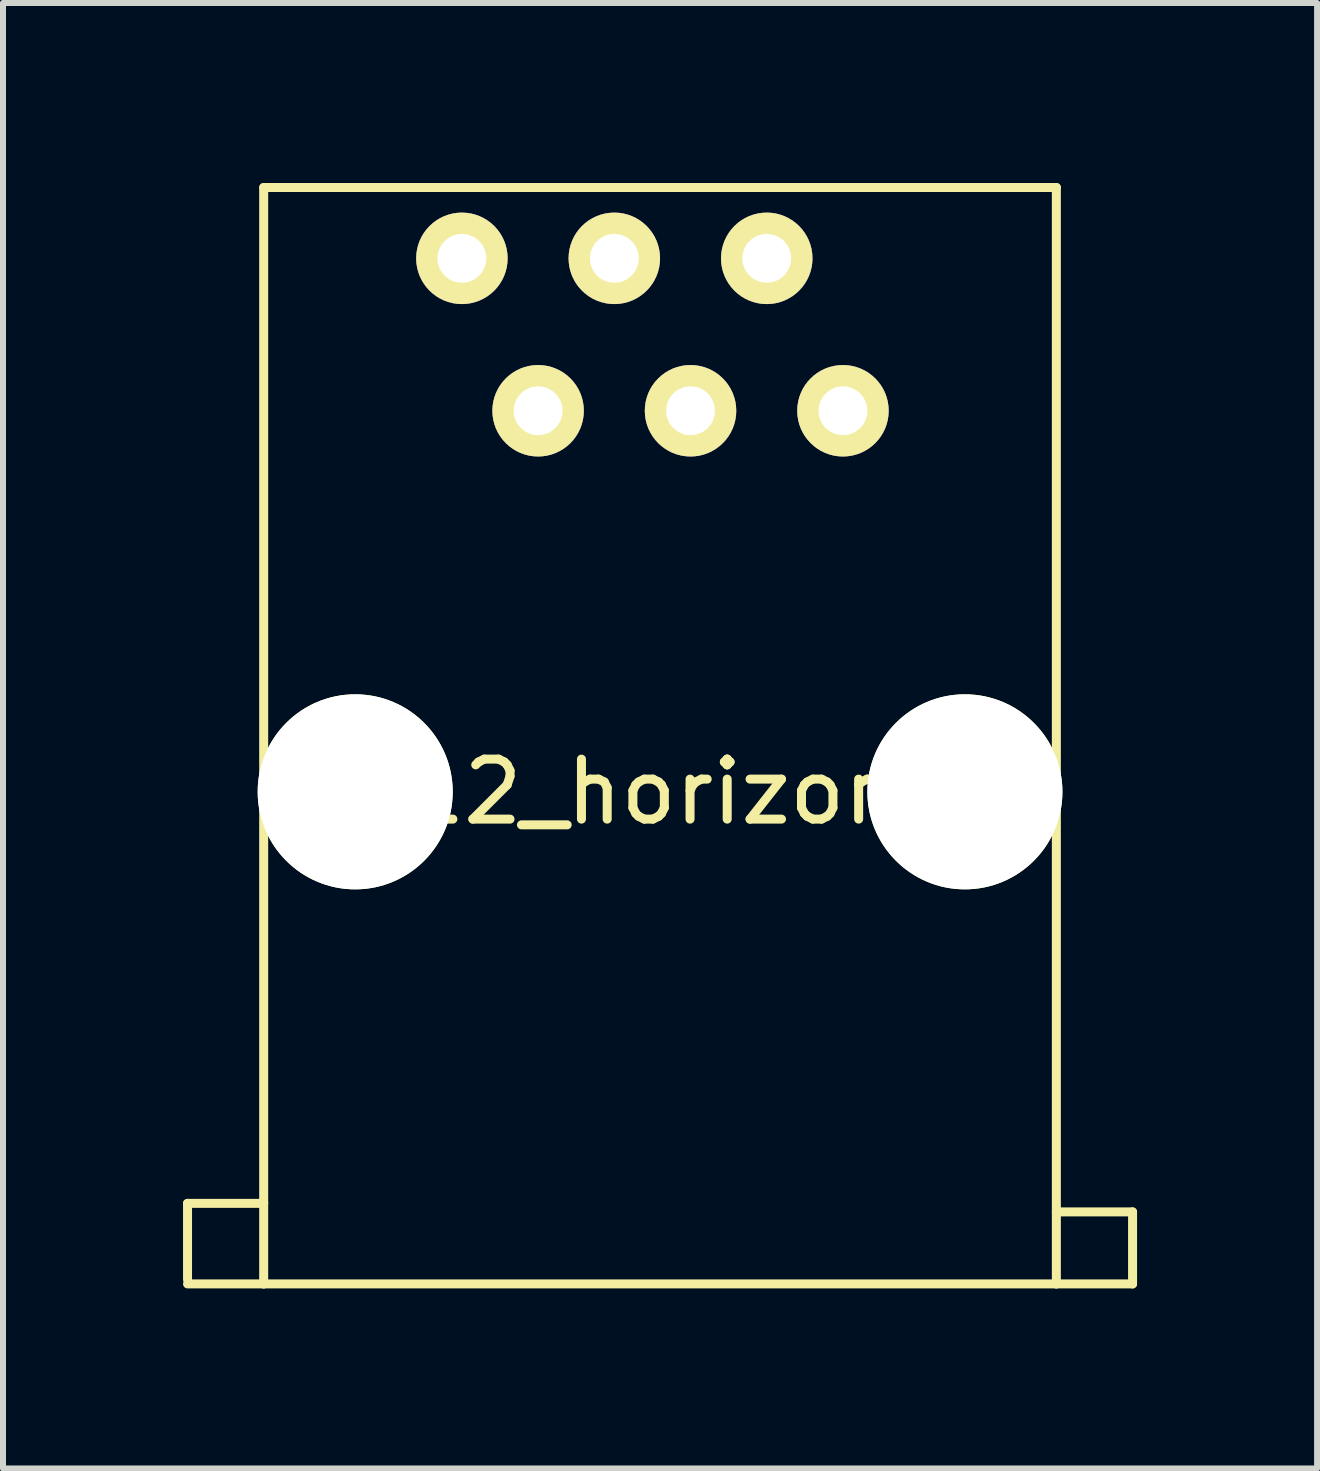
<source format=kicad_pcb>
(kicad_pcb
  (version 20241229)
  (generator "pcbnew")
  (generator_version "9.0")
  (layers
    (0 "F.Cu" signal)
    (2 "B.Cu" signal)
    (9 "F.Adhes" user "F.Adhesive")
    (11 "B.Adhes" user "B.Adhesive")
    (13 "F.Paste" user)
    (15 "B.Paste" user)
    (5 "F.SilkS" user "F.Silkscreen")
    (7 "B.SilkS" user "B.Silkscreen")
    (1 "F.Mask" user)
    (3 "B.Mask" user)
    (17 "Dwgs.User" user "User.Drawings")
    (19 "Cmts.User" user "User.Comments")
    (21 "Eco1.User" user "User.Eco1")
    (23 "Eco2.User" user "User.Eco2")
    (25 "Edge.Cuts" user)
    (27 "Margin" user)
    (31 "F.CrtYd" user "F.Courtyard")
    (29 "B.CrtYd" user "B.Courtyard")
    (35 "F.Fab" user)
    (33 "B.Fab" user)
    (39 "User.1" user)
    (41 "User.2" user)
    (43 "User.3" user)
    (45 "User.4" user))
  (footprint "RJ12_horizontal"
    (layer "F.Cu")
    (at 7.949 10.145)
    (property "Reference" "RJ12_horizontal" (at 0 0 0) (layer "F.SilkS") (effects (font (size 1 1) (thickness 0.15))))
    (attr through_hole)
    (fp_line (start -7.874 6.858) (end -6.604 6.858) (stroke (width 0.15) (type solid)) (layer "F.SilkS"))
    (fp_line (start -7.874 8.128) (end -7.874 6.858) (stroke (width 0.15) (type solid)) (layer "F.SilkS"))
    (fp_line (start -6.605 -10.07) (end -6.605 8.2) (stroke (width 0.15) (type solid)) (layer "F.SilkS"))
    (fp_line (start -6.605 -10.07) (end 6.605 -10.07) (stroke (width 0.15) (type solid)) (layer "F.SilkS"))
    (fp_line (start -6.605 8.2) (end 6.604 8.2) (stroke (width 0.15) (type solid)) (layer "F.SilkS"))
    (fp_line (start -6.604 8.2) (end -7.874 8.2) (stroke (width 0.15) (type solid)) (layer "F.SilkS"))
    (fp_line (start 6.604 -10.07) (end 6.604 8.2) (stroke (width 0.15) (type solid)) (layer "F.SilkS"))
    (fp_line (start 6.604 8.2) (end 7.874 8.2) (stroke (width 0.15) (type solid)) (layer "F.SilkS"))
    (fp_line (start 7.874 7) (end 6.604 7) (stroke (width 0.15) (type solid)) (layer "F.SilkS"))
    (fp_line (start 7.874 8.2) (end 7.874 7) (stroke (width 0.15) (type solid)) (layer "F.SilkS"))
    (pad "" np_thru_hole circle (at -5.08 0) (size 3.25 3.25) (drill 3.25) (layers "*.Cu" "*.Mask" "F.SilkS"))
    (pad "" np_thru_hole circle (at 5.08 0) (size 3.25 3.25) (drill 3.25) (layers "*.Cu" "*.Mask" "F.SilkS"))
    (pad "1" thru_hole circle (at -3.302 -8.89) (size 1.524 1.524) (drill 0.813) (layers "*.Cu" "*.Mask" "F.SilkS"))
    (pad "2" thru_hole circle (at -2.032 -6.35) (size 1.524 1.524) (drill 0.813) (layers "*.Cu" "*.Mask" "F.SilkS"))
    (pad "3" thru_hole circle (at -0.762 -8.89) (size 1.524 1.524) (drill 0.813) (layers "*.Cu" "*.Mask" "F.SilkS"))
    (pad "4" thru_hole circle (at 0.508 -6.35) (size 1.524 1.524) (drill 0.813) (layers "*.Cu" "*.Mask" "F.SilkS"))
    (pad "5" thru_hole circle (at 1.778 -8.89) (size 1.524 1.524) (drill 0.813) (layers "*.Cu" "*.Mask" "F.SilkS"))
    (pad "6" thru_hole circle (at 3.048 -6.35) (size 1.524 1.524) (drill 0.813) (layers "*.Cu" "*.Mask" "F.SilkS")))
  (gr_rect
    (start -3 -3)
    (end 18.898 21.42)
    (stroke (width 0.1) (type default))
    (fill no)
    (layer "Edge.Cuts")))
</source>
